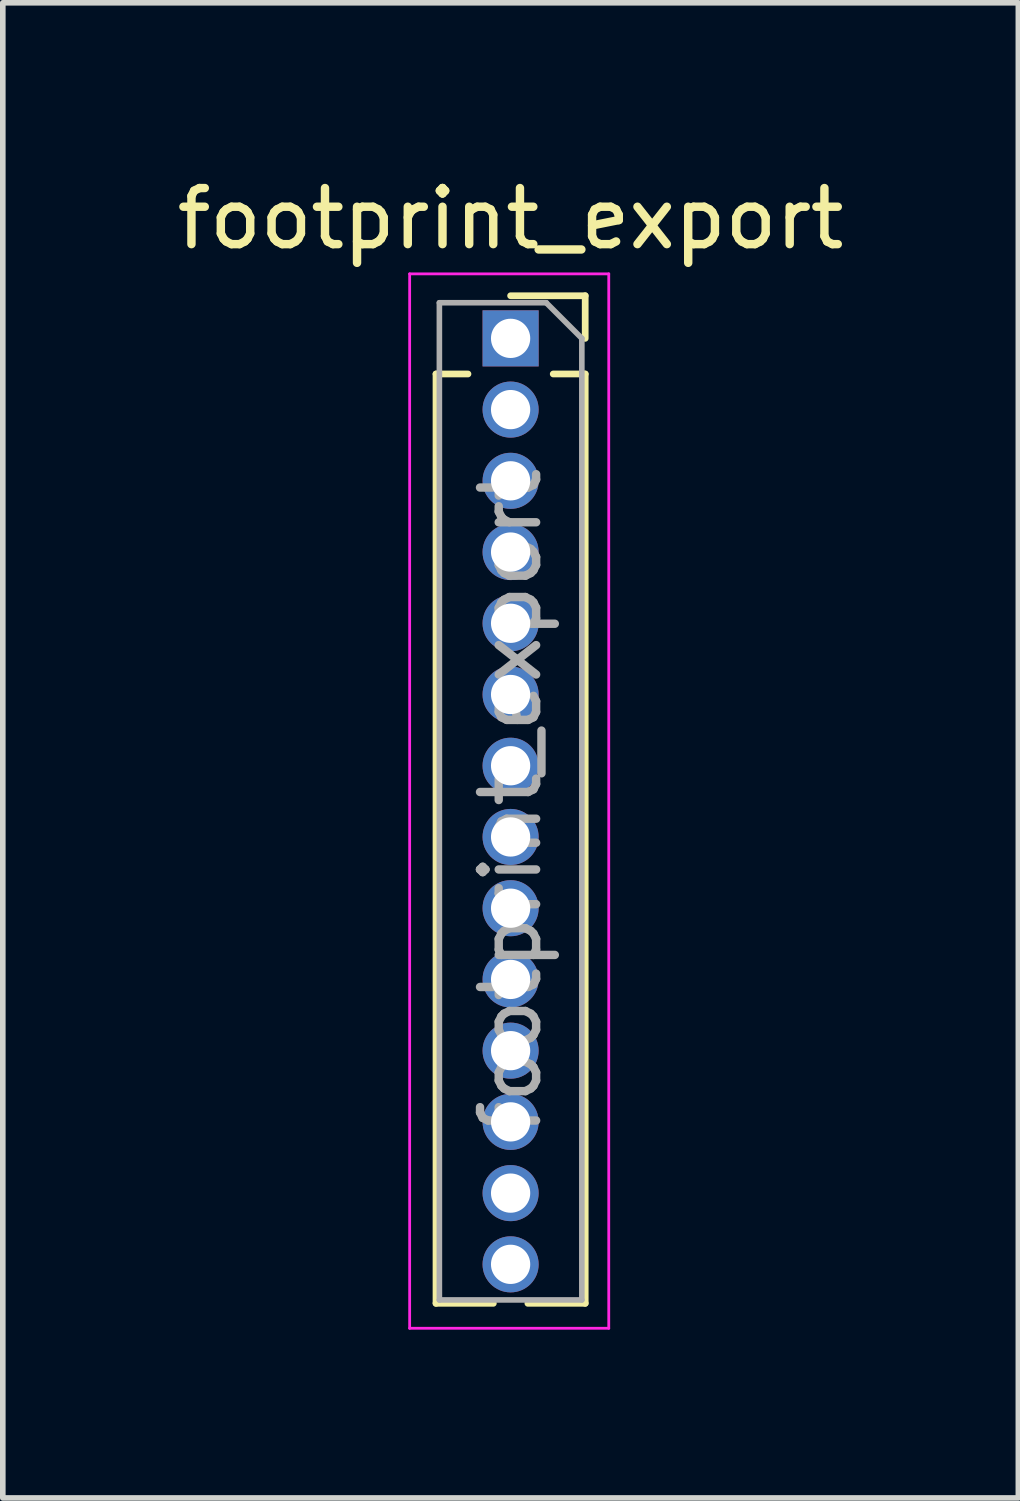
<source format=kicad_pcb>
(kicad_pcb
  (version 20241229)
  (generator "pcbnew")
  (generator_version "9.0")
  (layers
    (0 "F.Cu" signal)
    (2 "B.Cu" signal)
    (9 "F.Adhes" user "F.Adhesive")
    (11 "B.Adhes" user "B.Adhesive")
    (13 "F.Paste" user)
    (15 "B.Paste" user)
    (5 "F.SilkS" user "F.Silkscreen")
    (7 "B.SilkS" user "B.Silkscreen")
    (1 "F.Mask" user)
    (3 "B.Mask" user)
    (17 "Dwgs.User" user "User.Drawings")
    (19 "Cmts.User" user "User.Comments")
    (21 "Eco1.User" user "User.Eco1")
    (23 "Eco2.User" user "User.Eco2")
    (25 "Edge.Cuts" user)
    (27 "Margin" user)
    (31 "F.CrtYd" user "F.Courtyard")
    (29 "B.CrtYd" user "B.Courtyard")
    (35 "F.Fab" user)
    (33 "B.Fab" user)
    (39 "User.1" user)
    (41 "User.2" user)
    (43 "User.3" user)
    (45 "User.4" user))
  (footprint "footprint_export"
    (layer "F.Cu")
    (at 6.054 2.983)
    (property "Reference" "footprint_export" (at 0 -2.135 0) (layer "F.SilkS") (effects (font (size 1 1) (thickness 0.15))))
    (attr through_hole)
    (fp_line (start -1.33 0.635) (end -1.33 17.205) (stroke (width 0.12) (type solid)) (layer "F.SilkS"))
    (fp_line (start -1.33 0.635) (end -0.76 0.635) (stroke (width 0.12) (type solid)) (layer "F.SilkS"))
    (fp_line (start -1.33 17.205) (end -0.308 17.205) (stroke (width 0.12) (type solid)) (layer "F.SilkS"))
    (fp_line (start 0 -0.76) (end 1.33 -0.76) (stroke (width 0.12) (type solid)) (layer "F.SilkS"))
    (fp_line (start 0.308 17.205) (end 1.33 17.205) (stroke (width 0.12) (type solid)) (layer "F.SilkS"))
    (fp_line (start 0.76 0.635) (end 1.33 0.635) (stroke (width 0.12) (type solid)) (layer "F.SilkS"))
    (fp_line (start 1.33 -0.76) (end 1.33 0) (stroke (width 0.12) (type solid)) (layer "F.SilkS"))
    (fp_line (start 1.33 0.635) (end 1.33 17.205) (stroke (width 0.12) (type solid)) (layer "F.SilkS"))
    (fp_line (start -1.8 -1.15) (end 1.75 -1.15) (stroke (width 0.05) (type solid)) (layer "F.CrtYd"))
    (fp_line (start -1.8 17.65) (end -1.8 -1.15) (stroke (width 0.05) (type solid)) (layer "F.CrtYd"))
    (fp_line (start 1.75 -1.15) (end 1.75 17.65) (stroke (width 0.05) (type solid)) (layer "F.CrtYd"))
    (fp_line (start 1.75 17.65) (end -1.8 17.65) (stroke (width 0.05) (type solid)) (layer "F.CrtYd"))
    (fp_line (start -1.27 -0.635) (end 0.635 -0.635) (stroke (width 0.1) (type solid)) (layer "F.Fab"))
    (fp_line (start -1.27 17.145) (end -1.27 -0.635) (stroke (width 0.1) (type solid)) (layer "F.Fab"))
    (fp_line (start 0.635 -0.635) (end 1.27 0) (stroke (width 0.1) (type solid)) (layer "F.Fab"))
    (fp_line (start 1.27 0) (end 1.27 17.145) (stroke (width 0.1) (type solid)) (layer "F.Fab"))
    (fp_line (start 1.27 17.145) (end -1.27 17.145) (stroke (width 0.1) (type solid)) (layer "F.Fab"))
    (fp_text user "${REFERENCE}" (at 0 8.255 90) (layer "F.Fab") (effects (font (size 1 1) (thickness 0.15))))
    (pad "1" thru_hole rect (at 0 0) (size 1 1) (drill 0.7) (layers "*.Cu" "*.Mask"))
    (pad "2" thru_hole oval (at 0 1.27) (size 1 1) (drill 0.7) (layers "*.Cu" "*.Mask"))
    (pad "3" thru_hole oval (at 0 2.54) (size 1 1) (drill 0.7) (layers "*.Cu" "*.Mask"))
    (pad "4" thru_hole oval (at 0 3.81) (size 1 1) (drill 0.7) (layers "*.Cu" "*.Mask"))
    (pad "5" thru_hole oval (at 0 5.08) (size 1 1) (drill 0.7) (layers "*.Cu" "*.Mask"))
    (pad "6" thru_hole oval (at 0 6.35) (size 1 1) (drill 0.7) (layers "*.Cu" "*.Mask"))
    (pad "7" thru_hole oval (at 0 7.62) (size 1 1) (drill 0.7) (layers "*.Cu" "*.Mask"))
    (pad "8" thru_hole oval (at 0 8.89) (size 1 1) (drill 0.7) (layers "*.Cu" "*.Mask"))
    (pad "9" thru_hole oval (at 0 10.16) (size 1 1) (drill 0.7) (layers "*.Cu" "*.Mask"))
    (pad "10" thru_hole oval (at 0 11.43) (size 1 1) (drill 0.7) (layers "*.Cu" "*.Mask"))
    (pad "11" thru_hole oval (at 0 12.7) (size 1 1) (drill 0.7) (layers "*.Cu" "*.Mask"))
    (pad "12" thru_hole oval (at 0 13.97) (size 1 1) (drill 0.7) (layers "*.Cu" "*.Mask"))
    (pad "13" thru_hole oval (at 0 15.24) (size 1 1) (drill 0.7) (layers "*.Cu" "*.Mask"))
    (pad "14" thru_hole oval (at 0 16.51) (size 1 1) (drill 0.7) (layers "*.Cu" "*.Mask")))
  (gr_rect
    (start -3 -3)
    (end 15.107 23.658)
    (stroke (width 0.1) (type default))
    (fill no)
    (layer "Edge.Cuts")))
</source>
